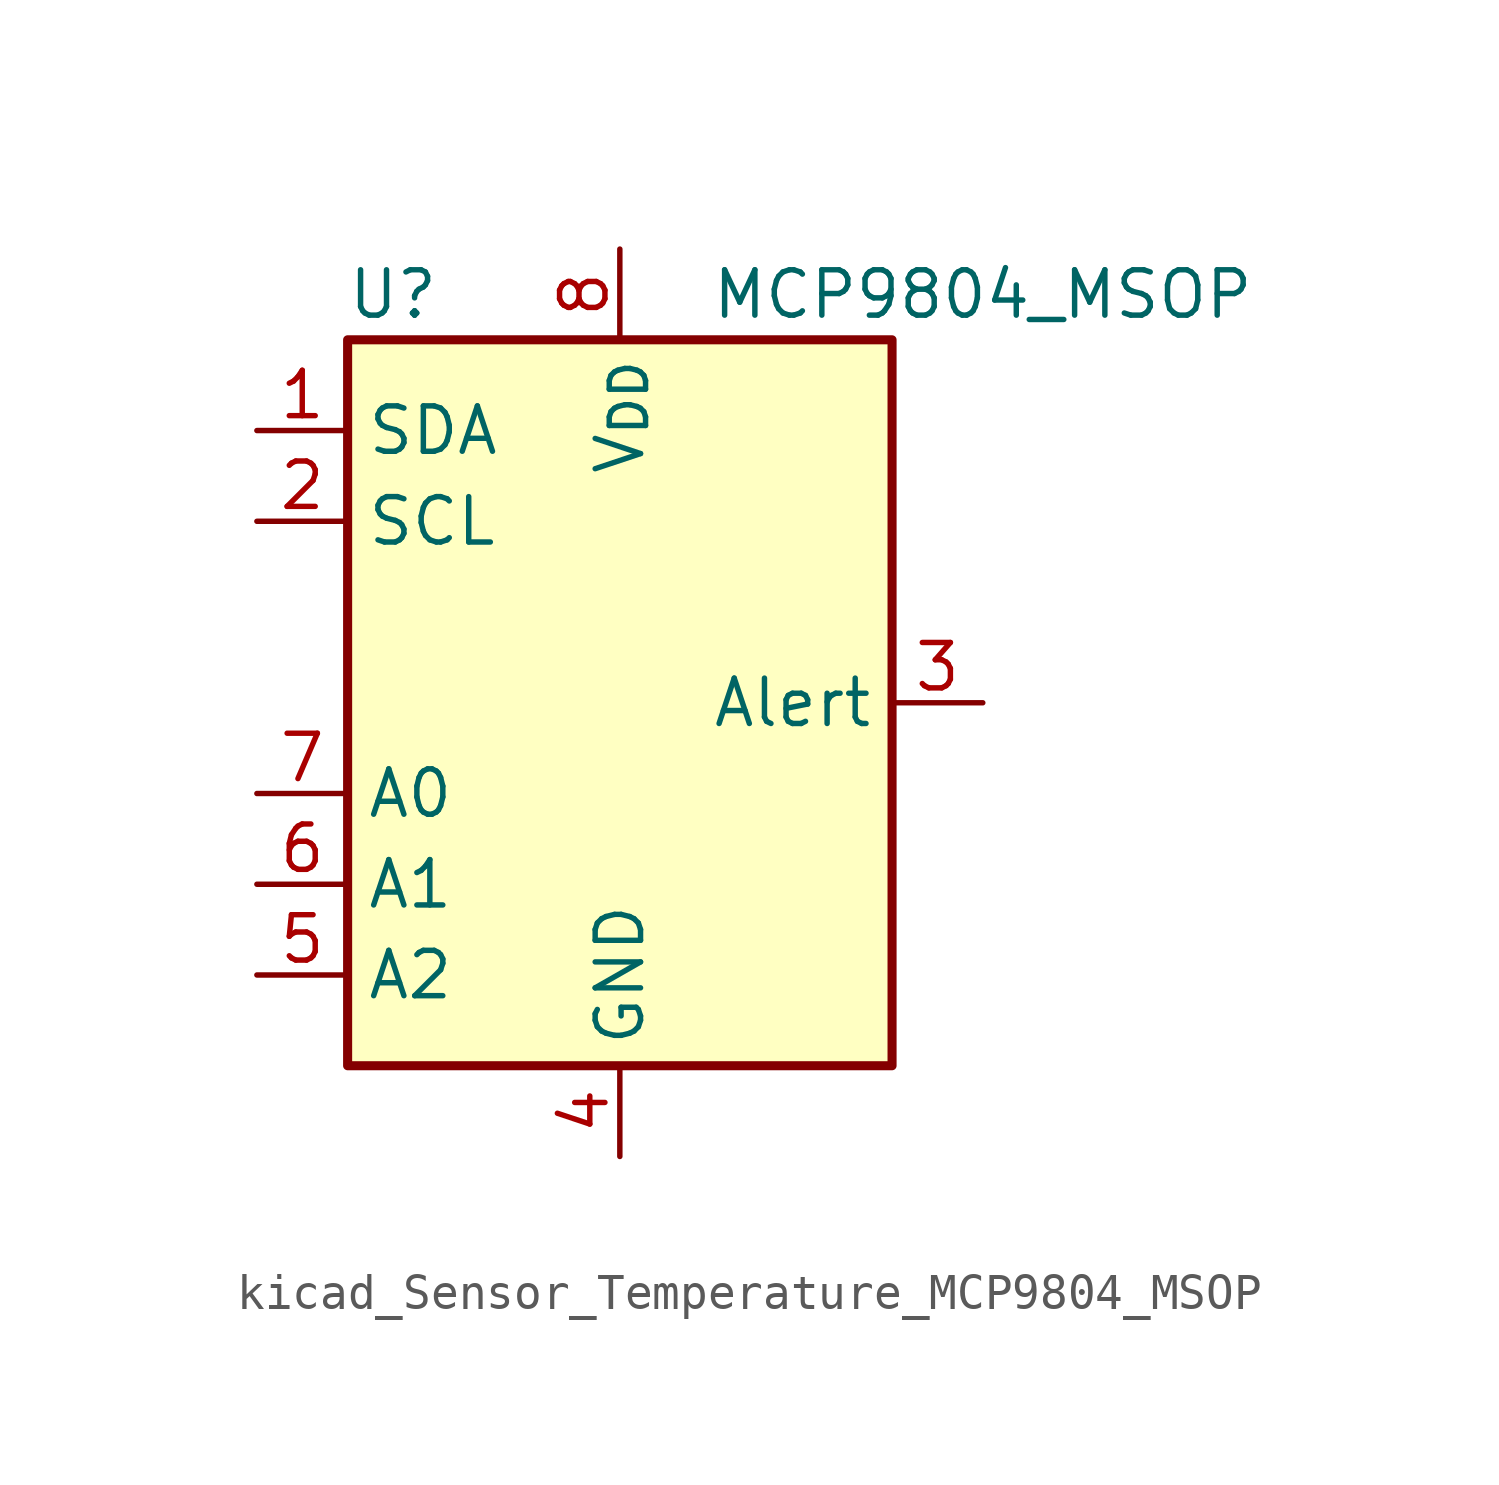
<source format=kicad_sym>
(kicad_symbol_lib
  (version 20220914)
  (generator kicad_symbol_editor)
  (symbol "kicad_Sensor_Temperature_MCP9804_MSOP"
    (property "Reference" "U"
      (at -6.35 11.43 0)
      (effects (font (size 1.27 1.27))))
    (property "Value" "MCP9804_MSOP"
      (at 10.16 11.43 0)
      (effects (font (size 1.27 1.27))))
    (symbol "kicad_Sensor_Temperature_MCP9804_MSOP_0_1"
      (rectangle (start -7.62 10.16) (end 7.62 -10.16) (stroke (width 0.254) (type default)) (fill (type background))))
    (symbol "kicad_Sensor_Temperature_MCP9804_MSOP_1_1"
      (pin bidirectional line (at -10.16 7.62 0) (length 2.54) (name "SDA" (effects (font (size 1.27 1.27)))) (number "1" (effects (font (size 1.27 1.27)))))
      (pin input line (at -10.16 5.08 0) (length 2.54) (name "SCL" (effects (font (size 1.27 1.27)))) (number "2" (effects (font (size 1.27 1.27)))))
      (pin output line (at 10.16 0 180) (length 2.54) (name "Alert" (effects (font (size 1.27 1.27)))) (number "3" (effects (font (size 1.27 1.27)))))
      (pin power_in line (at 0 -12.7 90) (length 2.54) (name "GND" (effects (font (size 1.27 1.27)))) (number "4" (effects (font (size 1.27 1.27)))))
      (pin input line (at -10.16 -7.62 0) (length 2.54) (name "A2" (effects (font (size 1.27 1.27)))) (number "5" (effects (font (size 1.27 1.27)))))
      (pin input line (at -10.16 -5.08 0) (length 2.54) (name "A1" (effects (font (size 1.27 1.27)))) (number "6" (effects (font (size 1.27 1.27)))))
      (pin input line (at -10.16 -2.54 0) (length 2.54) (name "A0" (effects (font (size 1.27 1.27)))) (number "7" (effects (font (size 1.27 1.27)))))
      (pin power_in line (at 0 12.7 270) (length 2.54) (name "V_{DD}" (effects (font (size 1.27 1.27)))) (number "8" (effects (font (size 1.27 1.27))))))))
</source>
